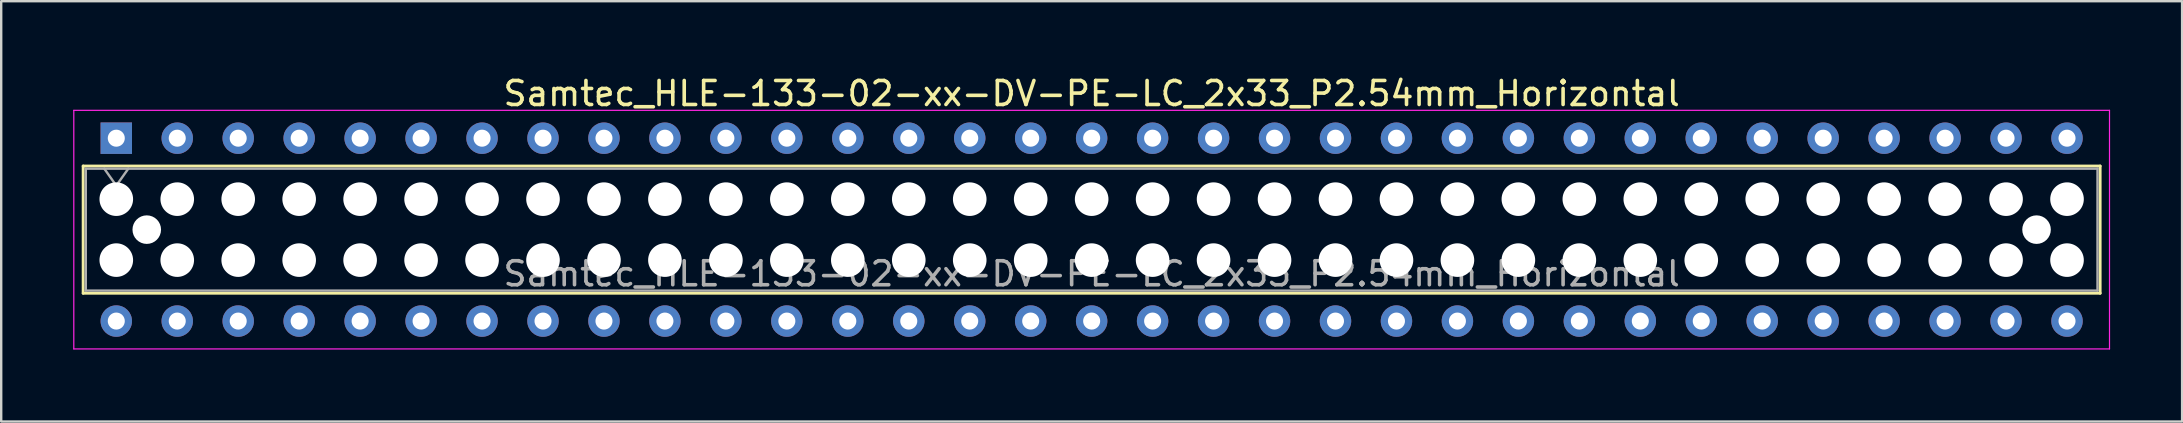
<source format=kicad_pcb>
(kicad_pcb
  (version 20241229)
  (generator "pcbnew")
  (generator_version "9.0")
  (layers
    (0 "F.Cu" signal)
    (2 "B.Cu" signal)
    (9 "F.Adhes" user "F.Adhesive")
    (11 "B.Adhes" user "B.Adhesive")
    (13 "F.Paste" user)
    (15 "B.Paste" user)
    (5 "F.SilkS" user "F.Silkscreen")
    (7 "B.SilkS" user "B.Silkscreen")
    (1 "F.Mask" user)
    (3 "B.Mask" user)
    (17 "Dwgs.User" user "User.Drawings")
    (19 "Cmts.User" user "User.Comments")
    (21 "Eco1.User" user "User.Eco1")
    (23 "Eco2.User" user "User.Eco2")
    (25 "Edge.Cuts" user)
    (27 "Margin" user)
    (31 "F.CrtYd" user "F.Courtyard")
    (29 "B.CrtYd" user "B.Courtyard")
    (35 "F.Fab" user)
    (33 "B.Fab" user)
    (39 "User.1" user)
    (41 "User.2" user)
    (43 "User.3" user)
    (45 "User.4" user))
  (footprint "Samtec_HLE-133-02-xx-DV-PE-LC_2x33_P2.54mm_Horizontal"
    (layer "F.Cu")
    (at 1.795 2.708)
    (property "Reference" "Samtec_HLE-133-02-xx-DV-PE-LC_2x33_P2.54mm_Horizontal" (at 40.64 -1.86 0) (layer "F.SilkS") (effects (font (size 1 1) (thickness 0.15))))
    (attr through_hole)
    (fp_line (start -1.38 1.16) (end 82.66 1.16) (stroke (width 0.12) (type solid)) (layer "F.SilkS"))
    (fp_line (start -1.38 6.46) (end -1.38 1.16) (stroke (width 0.12) (type solid)) (layer "F.SilkS"))
    (fp_line (start 82.66 1.16) (end 82.66 6.46) (stroke (width 0.12) (type solid)) (layer "F.SilkS"))
    (fp_line (start 82.66 6.46) (end -1.38 6.46) (stroke (width 0.12) (type solid)) (layer "F.SilkS"))
    (fp_line (start -1.77 -1.16) (end 83.05 -1.16) (stroke (width 0.05) (type solid)) (layer "F.CrtYd"))
    (fp_line (start -1.77 8.78) (end -1.77 -1.16) (stroke (width 0.05) (type solid)) (layer "F.CrtYd"))
    (fp_line (start 83.05 -1.16) (end 83.05 8.78) (stroke (width 0.05) (type solid)) (layer "F.CrtYd"))
    (fp_line (start 83.05 8.78) (end -1.77 8.78) (stroke (width 0.05) (type solid)) (layer "F.CrtYd"))
    (fp_line (start -1.27 1.27) (end 82.55 1.27) (stroke (width 0.1) (type solid)) (layer "F.Fab"))
    (fp_line (start -1.27 6.35) (end -1.27 1.27) (stroke (width 0.1) (type solid)) (layer "F.Fab"))
    (fp_line (start -0.5 1.27) (end 0 1.977) (stroke (width 0.1) (type solid)) (layer "F.Fab"))
    (fp_line (start 0 1.977) (end 0.5 1.27) (stroke (width 0.1) (type solid)) (layer "F.Fab"))
    (fp_line (start 82.55 1.27) (end 82.55 6.35) (stroke (width 0.1) (type solid)) (layer "F.Fab"))
    (fp_line (start 82.55 6.35) (end -1.27 6.35) (stroke (width 0.1) (type solid)) (layer "F.Fab"))
    (fp_text user "${REFERENCE}" (at 40.64 5.65 0) (layer "F.Fab") (effects (font (size 1 1) (thickness 0.15))))
    (pad "" np_thru_hole circle (at 0 2.54) (size 1.4 1.4) (drill 1.4) (layers "*.Cu" "*.Mask"))
    (pad "" np_thru_hole circle (at 0 5.08) (size 1.4 1.4) (drill 1.4) (layers "*.Cu" "*.Mask"))
    (pad "" np_thru_hole circle (at 1.27 3.81) (size 1.19 1.19) (drill 1.19) (layers "*.Cu" "*.Mask"))
    (pad "" np_thru_hole circle (at 2.54 2.54) (size 1.4 1.4) (drill 1.4) (layers "*.Cu" "*.Mask"))
    (pad "" np_thru_hole circle (at 2.54 5.08) (size 1.4 1.4) (drill 1.4) (layers "*.Cu" "*.Mask"))
    (pad "" np_thru_hole circle (at 5.08 2.54) (size 1.4 1.4) (drill 1.4) (layers "*.Cu" "*.Mask"))
    (pad "" np_thru_hole circle (at 5.08 5.08) (size 1.4 1.4) (drill 1.4) (layers "*.Cu" "*.Mask"))
    (pad "" np_thru_hole circle (at 7.62 2.54) (size 1.4 1.4) (drill 1.4) (layers "*.Cu" "*.Mask"))
    (pad "" np_thru_hole circle (at 7.62 5.08) (size 1.4 1.4) (drill 1.4) (layers "*.Cu" "*.Mask"))
    (pad "" np_thru_hole circle (at 10.16 2.54) (size 1.4 1.4) (drill 1.4) (layers "*.Cu" "*.Mask"))
    (pad "" np_thru_hole circle (at 10.16 5.08) (size 1.4 1.4) (drill 1.4) (layers "*.Cu" "*.Mask"))
    (pad "" np_thru_hole circle (at 12.7 2.54) (size 1.4 1.4) (drill 1.4) (layers "*.Cu" "*.Mask"))
    (pad "" np_thru_hole circle (at 12.7 5.08) (size 1.4 1.4) (drill 1.4) (layers "*.Cu" "*.Mask"))
    (pad "" np_thru_hole circle (at 15.24 2.54) (size 1.4 1.4) (drill 1.4) (layers "*.Cu" "*.Mask"))
    (pad "" np_thru_hole circle (at 15.24 5.08) (size 1.4 1.4) (drill 1.4) (layers "*.Cu" "*.Mask"))
    (pad "" np_thru_hole circle (at 17.78 2.54) (size 1.4 1.4) (drill 1.4) (layers "*.Cu" "*.Mask"))
    (pad "" np_thru_hole circle (at 17.78 5.08) (size 1.4 1.4) (drill 1.4) (layers "*.Cu" "*.Mask"))
    (pad "" np_thru_hole circle (at 20.32 2.54) (size 1.4 1.4) (drill 1.4) (layers "*.Cu" "*.Mask"))
    (pad "" np_thru_hole circle (at 20.32 5.08) (size 1.4 1.4) (drill 1.4) (layers "*.Cu" "*.Mask"))
    (pad "" np_thru_hole circle (at 22.86 2.54) (size 1.4 1.4) (drill 1.4) (layers "*.Cu" "*.Mask"))
    (pad "" np_thru_hole circle (at 22.86 5.08) (size 1.4 1.4) (drill 1.4) (layers "*.Cu" "*.Mask"))
    (pad "" np_thru_hole circle (at 25.4 2.54) (size 1.4 1.4) (drill 1.4) (layers "*.Cu" "*.Mask"))
    (pad "" np_thru_hole circle (at 25.4 5.08) (size 1.4 1.4) (drill 1.4) (layers "*.Cu" "*.Mask"))
    (pad "" np_thru_hole circle (at 27.94 2.54) (size 1.4 1.4) (drill 1.4) (layers "*.Cu" "*.Mask"))
    (pad "" np_thru_hole circle (at 27.94 5.08) (size 1.4 1.4) (drill 1.4) (layers "*.Cu" "*.Mask"))
    (pad "" np_thru_hole circle (at 30.48 2.54) (size 1.4 1.4) (drill 1.4) (layers "*.Cu" "*.Mask"))
    (pad "" np_thru_hole circle (at 30.48 5.08) (size 1.4 1.4) (drill 1.4) (layers "*.Cu" "*.Mask"))
    (pad "" np_thru_hole circle (at 33.02 2.54) (size 1.4 1.4) (drill 1.4) (layers "*.Cu" "*.Mask"))
    (pad "" np_thru_hole circle (at 33.02 5.08) (size 1.4 1.4) (drill 1.4) (layers "*.Cu" "*.Mask"))
    (pad "" np_thru_hole circle (at 35.56 2.54) (size 1.4 1.4) (drill 1.4) (layers "*.Cu" "*.Mask"))
    (pad "" np_thru_hole circle (at 35.56 5.08) (size 1.4 1.4) (drill 1.4) (layers "*.Cu" "*.Mask"))
    (pad "" np_thru_hole circle (at 38.1 2.54) (size 1.4 1.4) (drill 1.4) (layers "*.Cu" "*.Mask"))
    (pad "" np_thru_hole circle (at 38.1 5.08) (size 1.4 1.4) (drill 1.4) (layers "*.Cu" "*.Mask"))
    (pad "" np_thru_hole circle (at 40.64 2.54) (size 1.4 1.4) (drill 1.4) (layers "*.Cu" "*.Mask"))
    (pad "" np_thru_hole circle (at 40.64 5.08) (size 1.4 1.4) (drill 1.4) (layers "*.Cu" "*.Mask"))
    (pad "" np_thru_hole circle (at 43.18 2.54) (size 1.4 1.4) (drill 1.4) (layers "*.Cu" "*.Mask"))
    (pad "" np_thru_hole circle (at 43.18 5.08) (size 1.4 1.4) (drill 1.4) (layers "*.Cu" "*.Mask"))
    (pad "" np_thru_hole circle (at 45.72 2.54) (size 1.4 1.4) (drill 1.4) (layers "*.Cu" "*.Mask"))
    (pad "" np_thru_hole circle (at 45.72 5.08) (size 1.4 1.4) (drill 1.4) (layers "*.Cu" "*.Mask"))
    (pad "" np_thru_hole circle (at 48.26 2.54) (size 1.4 1.4) (drill 1.4) (layers "*.Cu" "*.Mask"))
    (pad "" np_thru_hole circle (at 48.26 5.08) (size 1.4 1.4) (drill 1.4) (layers "*.Cu" "*.Mask"))
    (pad "" np_thru_hole circle (at 50.8 2.54) (size 1.4 1.4) (drill 1.4) (layers "*.Cu" "*.Mask"))
    (pad "" np_thru_hole circle (at 50.8 5.08) (size 1.4 1.4) (drill 1.4) (layers "*.Cu" "*.Mask"))
    (pad "" np_thru_hole circle (at 53.34 2.54) (size 1.4 1.4) (drill 1.4) (layers "*.Cu" "*.Mask"))
    (pad "" np_thru_hole circle (at 53.34 5.08) (size 1.4 1.4) (drill 1.4) (layers "*.Cu" "*.Mask"))
    (pad "" np_thru_hole circle (at 55.88 2.54) (size 1.4 1.4) (drill 1.4) (layers "*.Cu" "*.Mask"))
    (pad "" np_thru_hole circle (at 55.88 5.08) (size 1.4 1.4) (drill 1.4) (layers "*.Cu" "*.Mask"))
    (pad "" np_thru_hole circle (at 58.42 2.54) (size 1.4 1.4) (drill 1.4) (layers "*.Cu" "*.Mask"))
    (pad "" np_thru_hole circle (at 58.42 5.08) (size 1.4 1.4) (drill 1.4) (layers "*.Cu" "*.Mask"))
    (pad "" np_thru_hole circle (at 60.96 2.54) (size 1.4 1.4) (drill 1.4) (layers "*.Cu" "*.Mask"))
    (pad "" np_thru_hole circle (at 60.96 5.08) (size 1.4 1.4) (drill 1.4) (layers "*.Cu" "*.Mask"))
    (pad "" np_thru_hole circle (at 63.5 2.54) (size 1.4 1.4) (drill 1.4) (layers "*.Cu" "*.Mask"))
    (pad "" np_thru_hole circle (at 63.5 5.08) (size 1.4 1.4) (drill 1.4) (layers "*.Cu" "*.Mask"))
    (pad "" np_thru_hole circle (at 66.04 2.54) (size 1.4 1.4) (drill 1.4) (layers "*.Cu" "*.Mask"))
    (pad "" np_thru_hole circle (at 66.04 5.08) (size 1.4 1.4) (drill 1.4) (layers "*.Cu" "*.Mask"))
    (pad "" np_thru_hole circle (at 68.58 2.54) (size 1.4 1.4) (drill 1.4) (layers "*.Cu" "*.Mask"))
    (pad "" np_thru_hole circle (at 68.58 5.08) (size 1.4 1.4) (drill 1.4) (layers "*.Cu" "*.Mask"))
    (pad "" np_thru_hole circle (at 71.12 2.54) (size 1.4 1.4) (drill 1.4) (layers "*.Cu" "*.Mask"))
    (pad "" np_thru_hole circle (at 71.12 5.08) (size 1.4 1.4) (drill 1.4) (layers "*.Cu" "*.Mask"))
    (pad "" np_thru_hole circle (at 73.66 2.54) (size 1.4 1.4) (drill 1.4) (layers "*.Cu" "*.Mask"))
    (pad "" np_thru_hole circle (at 73.66 5.08) (size 1.4 1.4) (drill 1.4) (layers "*.Cu" "*.Mask"))
    (pad "" np_thru_hole circle (at 76.2 2.54) (size 1.4 1.4) (drill 1.4) (layers "*.Cu" "*.Mask"))
    (pad "" np_thru_hole circle (at 76.2 5.08) (size 1.4 1.4) (drill 1.4) (layers "*.Cu" "*.Mask"))
    (pad "" np_thru_hole circle (at 78.74 2.54) (size 1.4 1.4) (drill 1.4) (layers "*.Cu" "*.Mask"))
    (pad "" np_thru_hole circle (at 78.74 5.08) (size 1.4 1.4) (drill 1.4) (layers "*.Cu" "*.Mask"))
    (pad "" np_thru_hole circle (at 80.01 3.81) (size 1.19 1.19) (drill 1.19) (layers "*.Cu" "*.Mask"))
    (pad "" np_thru_hole circle (at 81.28 2.54) (size 1.4 1.4) (drill 1.4) (layers "*.Cu" "*.Mask"))
    (pad "" np_thru_hole circle (at 81.28 5.08) (size 1.4 1.4) (drill 1.4) (layers "*.Cu" "*.Mask"))
    (pad "1" thru_hole rect (at 0 0) (size 1.31 1.31) (drill 0.71) (layers "*.Cu" "*.Mask"))
    (pad "2" thru_hole circle (at 0 7.62) (size 1.31 1.31) (drill 0.71) (layers "*.Cu" "*.Mask"))
    (pad "3" thru_hole circle (at 2.54 0) (size 1.31 1.31) (drill 0.71) (layers "*.Cu" "*.Mask"))
    (pad "4" thru_hole circle (at 2.54 7.62) (size 1.31 1.31) (drill 0.71) (layers "*.Cu" "*.Mask"))
    (pad "5" thru_hole circle (at 5.08 0) (size 1.31 1.31) (drill 0.71) (layers "*.Cu" "*.Mask"))
    (pad "6" thru_hole circle (at 5.08 7.62) (size 1.31 1.31) (drill 0.71) (layers "*.Cu" "*.Mask"))
    (pad "7" thru_hole circle (at 7.62 0) (size 1.31 1.31) (drill 0.71) (layers "*.Cu" "*.Mask"))
    (pad "8" thru_hole circle (at 7.62 7.62) (size 1.31 1.31) (drill 0.71) (layers "*.Cu" "*.Mask"))
    (pad "9" thru_hole circle (at 10.16 0) (size 1.31 1.31) (drill 0.71) (layers "*.Cu" "*.Mask"))
    (pad "10" thru_hole circle (at 10.16 7.62) (size 1.31 1.31) (drill 0.71) (layers "*.Cu" "*.Mask"))
    (pad "11" thru_hole circle (at 12.7 0) (size 1.31 1.31) (drill 0.71) (layers "*.Cu" "*.Mask"))
    (pad "12" thru_hole circle (at 12.7 7.62) (size 1.31 1.31) (drill 0.71) (layers "*.Cu" "*.Mask"))
    (pad "13" thru_hole circle (at 15.24 0) (size 1.31 1.31) (drill 0.71) (layers "*.Cu" "*.Mask"))
    (pad "14" thru_hole circle (at 15.24 7.62) (size 1.31 1.31) (drill 0.71) (layers "*.Cu" "*.Mask"))
    (pad "15" thru_hole circle (at 17.78 0) (size 1.31 1.31) (drill 0.71) (layers "*.Cu" "*.Mask"))
    (pad "16" thru_hole circle (at 17.78 7.62) (size 1.31 1.31) (drill 0.71) (layers "*.Cu" "*.Mask"))
    (pad "17" thru_hole circle (at 20.32 0) (size 1.31 1.31) (drill 0.71) (layers "*.Cu" "*.Mask"))
    (pad "18" thru_hole circle (at 20.32 7.62) (size 1.31 1.31) (drill 0.71) (layers "*.Cu" "*.Mask"))
    (pad "19" thru_hole circle (at 22.86 0) (size 1.31 1.31) (drill 0.71) (layers "*.Cu" "*.Mask"))
    (pad "20" thru_hole circle (at 22.86 7.62) (size 1.31 1.31) (drill 0.71) (layers "*.Cu" "*.Mask"))
    (pad "21" thru_hole circle (at 25.4 0) (size 1.31 1.31) (drill 0.71) (layers "*.Cu" "*.Mask"))
    (pad "22" thru_hole circle (at 25.4 7.62) (size 1.31 1.31) (drill 0.71) (layers "*.Cu" "*.Mask"))
    (pad "23" thru_hole circle (at 27.94 0) (size 1.31 1.31) (drill 0.71) (layers "*.Cu" "*.Mask"))
    (pad "24" thru_hole circle (at 27.94 7.62) (size 1.31 1.31) (drill 0.71) (layers "*.Cu" "*.Mask"))
    (pad "25" thru_hole circle (at 30.48 0) (size 1.31 1.31) (drill 0.71) (layers "*.Cu" "*.Mask"))
    (pad "26" thru_hole circle (at 30.48 7.62) (size 1.31 1.31) (drill 0.71) (layers "*.Cu" "*.Mask"))
    (pad "27" thru_hole circle (at 33.02 0) (size 1.31 1.31) (drill 0.71) (layers "*.Cu" "*.Mask"))
    (pad "28" thru_hole circle (at 33.02 7.62) (size 1.31 1.31) (drill 0.71) (layers "*.Cu" "*.Mask"))
    (pad "29" thru_hole circle (at 35.56 0) (size 1.31 1.31) (drill 0.71) (layers "*.Cu" "*.Mask"))
    (pad "30" thru_hole circle (at 35.56 7.62) (size 1.31 1.31) (drill 0.71) (layers "*.Cu" "*.Mask"))
    (pad "31" thru_hole circle (at 38.1 0) (size 1.31 1.31) (drill 0.71) (layers "*.Cu" "*.Mask"))
    (pad "32" thru_hole circle (at 38.1 7.62) (size 1.31 1.31) (drill 0.71) (layers "*.Cu" "*.Mask"))
    (pad "33" thru_hole circle (at 40.64 0) (size 1.31 1.31) (drill 0.71) (layers "*.Cu" "*.Mask"))
    (pad "34" thru_hole circle (at 40.64 7.62) (size 1.31 1.31) (drill 0.71) (layers "*.Cu" "*.Mask"))
    (pad "35" thru_hole circle (at 43.18 0) (size 1.31 1.31) (drill 0.71) (layers "*.Cu" "*.Mask"))
    (pad "36" thru_hole circle (at 43.18 7.62) (size 1.31 1.31) (drill 0.71) (layers "*.Cu" "*.Mask"))
    (pad "37" thru_hole circle (at 45.72 0) (size 1.31 1.31) (drill 0.71) (layers "*.Cu" "*.Mask"))
    (pad "38" thru_hole circle (at 45.72 7.62) (size 1.31 1.31) (drill 0.71) (layers "*.Cu" "*.Mask"))
    (pad "39" thru_hole circle (at 48.26 0) (size 1.31 1.31) (drill 0.71) (layers "*.Cu" "*.Mask"))
    (pad "40" thru_hole circle (at 48.26 7.62) (size 1.31 1.31) (drill 0.71) (layers "*.Cu" "*.Mask"))
    (pad "41" thru_hole circle (at 50.8 0) (size 1.31 1.31) (drill 0.71) (layers "*.Cu" "*.Mask"))
    (pad "42" thru_hole circle (at 50.8 7.62) (size 1.31 1.31) (drill 0.71) (layers "*.Cu" "*.Mask"))
    (pad "43" thru_hole circle (at 53.34 0) (size 1.31 1.31) (drill 0.71) (layers "*.Cu" "*.Mask"))
    (pad "44" thru_hole circle (at 53.34 7.62) (size 1.31 1.31) (drill 0.71) (layers "*.Cu" "*.Mask"))
    (pad "45" thru_hole circle (at 55.88 0) (size 1.31 1.31) (drill 0.71) (layers "*.Cu" "*.Mask"))
    (pad "46" thru_hole circle (at 55.88 7.62) (size 1.31 1.31) (drill 0.71) (layers "*.Cu" "*.Mask"))
    (pad "47" thru_hole circle (at 58.42 0) (size 1.31 1.31) (drill 0.71) (layers "*.Cu" "*.Mask"))
    (pad "48" thru_hole circle (at 58.42 7.62) (size 1.31 1.31) (drill 0.71) (layers "*.Cu" "*.Mask"))
    (pad "49" thru_hole circle (at 60.96 0) (size 1.31 1.31) (drill 0.71) (layers "*.Cu" "*.Mask"))
    (pad "50" thru_hole circle (at 60.96 7.62) (size 1.31 1.31) (drill 0.71) (layers "*.Cu" "*.Mask"))
    (pad "51" thru_hole circle (at 63.5 0) (size 1.31 1.31) (drill 0.71) (layers "*.Cu" "*.Mask"))
    (pad "52" thru_hole circle (at 63.5 7.62) (size 1.31 1.31) (drill 0.71) (layers "*.Cu" "*.Mask"))
    (pad "53" thru_hole circle (at 66.04 0) (size 1.31 1.31) (drill 0.71) (layers "*.Cu" "*.Mask"))
    (pad "54" thru_hole circle (at 66.04 7.62) (size 1.31 1.31) (drill 0.71) (layers "*.Cu" "*.Mask"))
    (pad "55" thru_hole circle (at 68.58 0) (size 1.31 1.31) (drill 0.71) (layers "*.Cu" "*.Mask"))
    (pad "56" thru_hole circle (at 68.58 7.62) (size 1.31 1.31) (drill 0.71) (layers "*.Cu" "*.Mask"))
    (pad "57" thru_hole circle (at 71.12 0) (size 1.31 1.31) (drill 0.71) (layers "*.Cu" "*.Mask"))
    (pad "58" thru_hole circle (at 71.12 7.62) (size 1.31 1.31) (drill 0.71) (layers "*.Cu" "*.Mask"))
    (pad "59" thru_hole circle (at 73.66 0) (size 1.31 1.31) (drill 0.71) (layers "*.Cu" "*.Mask"))
    (pad "60" thru_hole circle (at 73.66 7.62) (size 1.31 1.31) (drill 0.71) (layers "*.Cu" "*.Mask"))
    (pad "61" thru_hole circle (at 76.2 0) (size 1.31 1.31) (drill 0.71) (layers "*.Cu" "*.Mask"))
    (pad "62" thru_hole circle (at 76.2 7.62) (size 1.31 1.31) (drill 0.71) (layers "*.Cu" "*.Mask"))
    (pad "63" thru_hole circle (at 78.74 0) (size 1.31 1.31) (drill 0.71) (layers "*.Cu" "*.Mask"))
    (pad "64" thru_hole circle (at 78.74 7.62) (size 1.31 1.31) (drill 0.71) (layers "*.Cu" "*.Mask"))
    (pad "65" thru_hole circle (at 81.28 0) (size 1.31 1.31) (drill 0.71) (layers "*.Cu" "*.Mask"))
    (pad "66" thru_hole circle (at 81.28 7.62) (size 1.31 1.31) (drill 0.71) (layers "*.Cu" "*.Mask")))
  (gr_rect
    (start -3 -3)
    (end 87.87 14.513)
    (stroke (width 0.1) (type default))
    (fill no)
    (layer "Edge.Cuts")))
</source>
